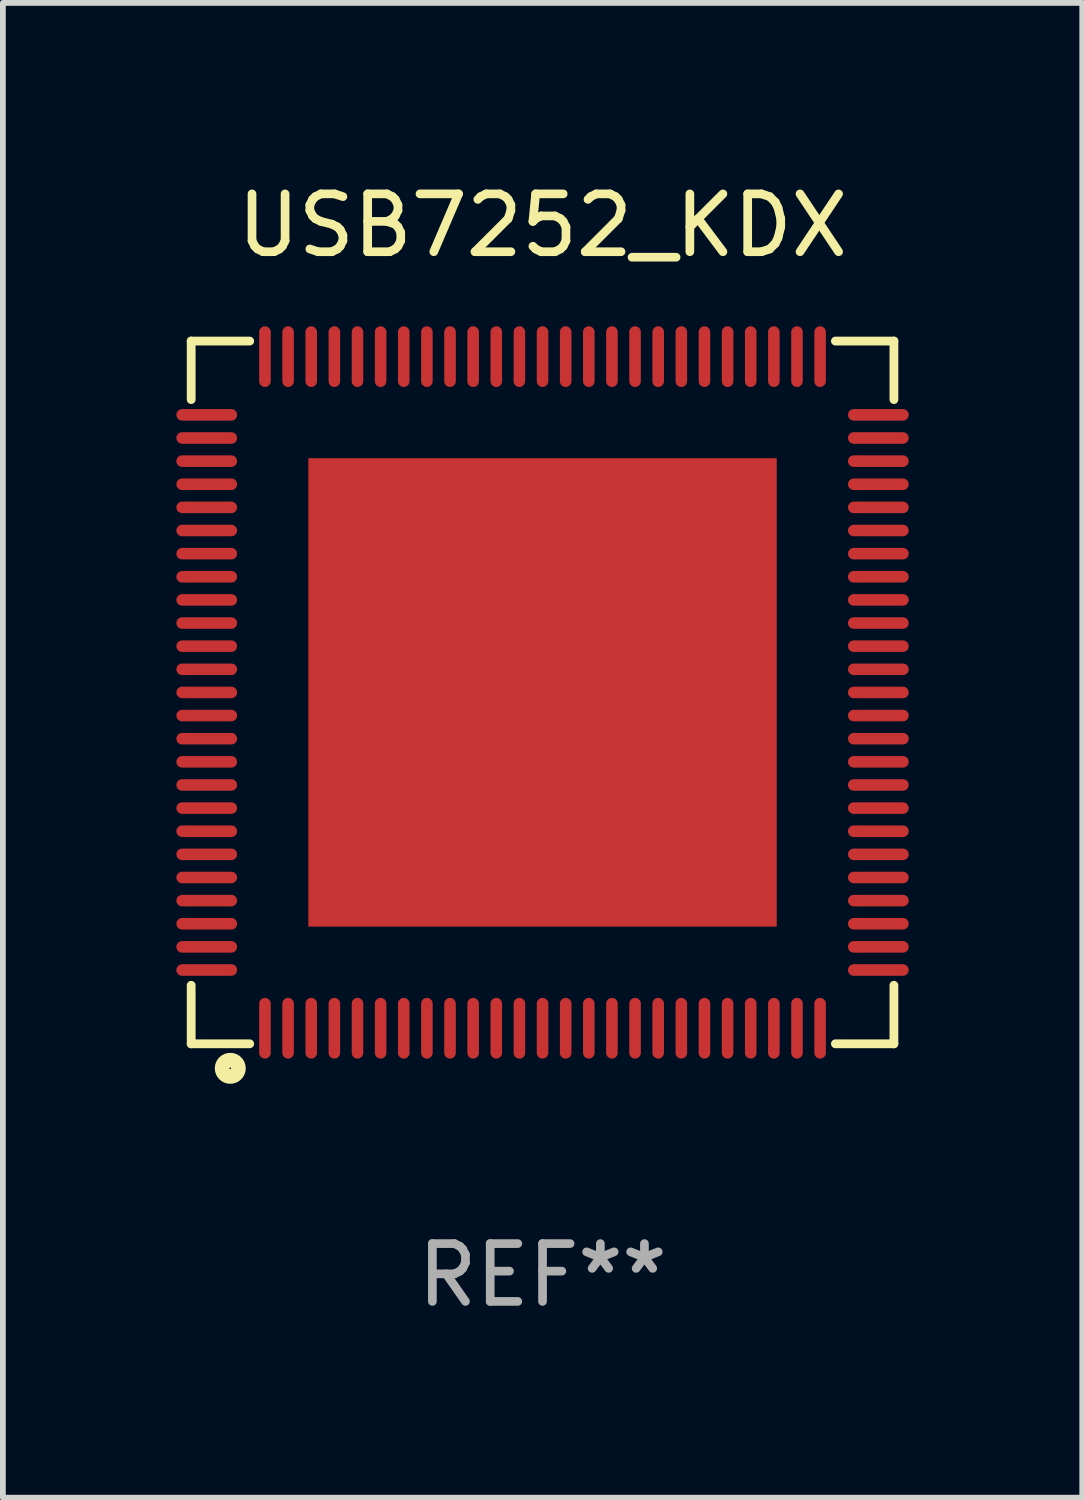
<source format=kicad_pcb>
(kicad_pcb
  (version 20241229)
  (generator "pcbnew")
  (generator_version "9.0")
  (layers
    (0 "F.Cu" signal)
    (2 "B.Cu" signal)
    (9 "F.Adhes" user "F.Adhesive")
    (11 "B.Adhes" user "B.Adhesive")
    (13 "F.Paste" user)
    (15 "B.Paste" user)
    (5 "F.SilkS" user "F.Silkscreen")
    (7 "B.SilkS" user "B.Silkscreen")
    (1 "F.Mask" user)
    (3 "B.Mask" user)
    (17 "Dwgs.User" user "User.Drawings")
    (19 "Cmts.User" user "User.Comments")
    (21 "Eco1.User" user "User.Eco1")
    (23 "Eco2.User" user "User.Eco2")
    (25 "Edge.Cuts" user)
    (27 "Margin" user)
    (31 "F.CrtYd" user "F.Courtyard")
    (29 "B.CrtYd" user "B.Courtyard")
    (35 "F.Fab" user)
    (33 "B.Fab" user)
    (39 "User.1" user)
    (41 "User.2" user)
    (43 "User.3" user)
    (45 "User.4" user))
  (footprint "USB7252_KDX"
    (layer "F.Cu")
    (at 6.332 8.924)
    (property "Reference" "USB7252_KDX" (at 0 -8.076 0) (layer "F.SilkS") (effects (font (size 1 1) (thickness 0.15))))
    (attr through_hole)
    (fp_line (start -6.076 -6.076) (end -6.076 -5.064) (stroke (width 0.152) (type solid)) (layer "F.SilkS"))
    (fp_line (start -6.076 6.076) (end -6.076 5.064) (stroke (width 0.152) (type solid)) (layer "F.SilkS"))
    (fp_line (start -5.064 -6.076) (end -6.076 -6.076) (stroke (width 0.152) (type solid)) (layer "F.SilkS"))
    (fp_line (start -5.064 6.076) (end -6.076 6.076) (stroke (width 0.152) (type solid)) (layer "F.SilkS"))
    (fp_line (start 5.064 -6.076) (end 6.076 -6.076) (stroke (width 0.152) (type solid)) (layer "F.SilkS"))
    (fp_line (start 5.064 6.076) (end 6.076 6.076) (stroke (width 0.152) (type solid)) (layer "F.SilkS"))
    (fp_line (start 6.076 -6.076) (end 6.076 -5.064) (stroke (width 0.152) (type solid)) (layer "F.SilkS"))
    (fp_line (start 6.076 6.076) (end 6.076 5.064) (stroke (width 0.152) (type solid)) (layer "F.SilkS"))
    (fp_circle (center -5.4 6.5) (end -5.259 6.5) (stroke (width 0.254) (type solid)) (fill no) (layer "F.SilkS"))
    (fp_text user "REF**" (at 0 10.076 0) (layer "F.Fab") (effects (font (size 1 1) (thickness 0.15))))
    (pad "1" smd oval (at -4.8 5.807 90) (size 1.05 0.2) (layers "F.Cu" "F.Mask" "F.Paste"))
    (pad "2" smd oval (at -4.4 5.807 90) (size 1.05 0.2) (layers "F.Cu" "F.Mask" "F.Paste"))
    (pad "3" smd oval (at -4 5.807 90) (size 1.05 0.2) (layers "F.Cu" "F.Mask" "F.Paste"))
    (pad "4" smd oval (at -3.6 5.807 90) (size 1.05 0.2) (layers "F.Cu" "F.Mask" "F.Paste"))
    (pad "5" smd oval (at -3.2 5.807 90) (size 1.05 0.2) (layers "F.Cu" "F.Mask" "F.Paste"))
    (pad "6" smd oval (at -2.8 5.807 90) (size 1.05 0.2) (layers "F.Cu" "F.Mask" "F.Paste"))
    (pad "7" smd oval (at -2.4 5.807 90) (size 1.05 0.2) (layers "F.Cu" "F.Mask" "F.Paste"))
    (pad "8" smd oval (at -2 5.807 90) (size 1.05 0.2) (layers "F.Cu" "F.Mask" "F.Paste"))
    (pad "9" smd oval (at -1.6 5.807 90) (size 1.05 0.2) (layers "F.Cu" "F.Mask" "F.Paste"))
    (pad "10" smd oval (at -1.2 5.807 90) (size 1.05 0.2) (layers "F.Cu" "F.Mask" "F.Paste"))
    (pad "11" smd oval (at -0.8 5.807 90) (size 1.05 0.2) (layers "F.Cu" "F.Mask" "F.Paste"))
    (pad "12" smd oval (at -0.4 5.807 90) (size 1.05 0.2) (layers "F.Cu" "F.Mask" "F.Paste"))
    (pad "13" smd oval (at 0 5.807 90) (size 1.05 0.2) (layers "F.Cu" "F.Mask" "F.Paste"))
    (pad "14" smd oval (at 0.4 5.807 90) (size 1.05 0.2) (layers "F.Cu" "F.Mask" "F.Paste"))
    (pad "15" smd oval (at 0.8 5.807 90) (size 1.05 0.2) (layers "F.Cu" "F.Mask" "F.Paste"))
    (pad "16" smd oval (at 1.2 5.807 90) (size 1.05 0.2) (layers "F.Cu" "F.Mask" "F.Paste"))
    (pad "17" smd oval (at 1.6 5.807 90) (size 1.05 0.2) (layers "F.Cu" "F.Mask" "F.Paste"))
    (pad "18" smd oval (at 2 5.807 90) (size 1.05 0.2) (layers "F.Cu" "F.Mask" "F.Paste"))
    (pad "19" smd oval (at 2.4 5.807 90) (size 1.05 0.2) (layers "F.Cu" "F.Mask" "F.Paste"))
    (pad "20" smd oval (at 2.8 5.807 90) (size 1.05 0.2) (layers "F.Cu" "F.Mask" "F.Paste"))
    (pad "21" smd oval (at 3.2 5.807 90) (size 1.05 0.2) (layers "F.Cu" "F.Mask" "F.Paste"))
    (pad "22" smd oval (at 3.6 5.807 90) (size 1.05 0.2) (layers "F.Cu" "F.Mask" "F.Paste"))
    (pad "23" smd oval (at 4 5.807 90) (size 1.05 0.2) (layers "F.Cu" "F.Mask" "F.Paste"))
    (pad "24" smd oval (at 4.4 5.807 90) (size 1.05 0.2) (layers "F.Cu" "F.Mask" "F.Paste"))
    (pad "25" smd oval (at 4.8 5.807 90) (size 1.05 0.2) (layers "F.Cu" "F.Mask" "F.Paste"))
    (pad "26" smd oval (at 5.807 4.8 90) (size 0.2 1.05) (layers "F.Cu" "F.Mask" "F.Paste"))
    (pad "27" smd oval (at 5.807 4.4 90) (size 0.2 1.05) (layers "F.Cu" "F.Mask" "F.Paste"))
    (pad "28" smd oval (at 5.807 4 90) (size 0.2 1.05) (layers "F.Cu" "F.Mask" "F.Paste"))
    (pad "29" smd oval (at 5.807 3.6 90) (size 0.2 1.05) (layers "F.Cu" "F.Mask" "F.Paste"))
    (pad "30" smd oval (at 5.807 3.2 90) (size 0.2 1.05) (layers "F.Cu" "F.Mask" "F.Paste"))
    (pad "31" smd oval (at 5.807 2.8 90) (size 0.2 1.05) (layers "F.Cu" "F.Mask" "F.Paste"))
    (pad "32" smd oval (at 5.807 2.4 90) (size 0.2 1.05) (layers "F.Cu" "F.Mask" "F.Paste"))
    (pad "33" smd oval (at 5.807 2 90) (size 0.2 1.05) (layers "F.Cu" "F.Mask" "F.Paste"))
    (pad "34" smd oval (at 5.807 1.6 90) (size 0.2 1.05) (layers "F.Cu" "F.Mask" "F.Paste"))
    (pad "35" smd oval (at 5.807 1.2 90) (size 0.2 1.05) (layers "F.Cu" "F.Mask" "F.Paste"))
    (pad "36" smd oval (at 5.807 0.8 90) (size 0.2 1.05) (layers "F.Cu" "F.Mask" "F.Paste"))
    (pad "37" smd oval (at 5.807 0.4 90) (size 0.2 1.05) (layers "F.Cu" "F.Mask" "F.Paste"))
    (pad "38" smd oval (at 5.807 0 90) (size 0.2 1.05) (layers "F.Cu" "F.Mask" "F.Paste"))
    (pad "39" smd oval (at 5.807 -0.4 90) (size 0.2 1.05) (layers "F.Cu" "F.Mask" "F.Paste"))
    (pad "40" smd oval (at 5.807 -0.8 90) (size 0.2 1.05) (layers "F.Cu" "F.Mask" "F.Paste"))
    (pad "41" smd oval (at 5.807 -1.2 90) (size 0.2 1.05) (layers "F.Cu" "F.Mask" "F.Paste"))
    (pad "42" smd oval (at 5.807 -1.6 90) (size 0.2 1.05) (layers "F.Cu" "F.Mask" "F.Paste"))
    (pad "43" smd oval (at 5.807 -2 90) (size 0.2 1.05) (layers "F.Cu" "F.Mask" "F.Paste"))
    (pad "44" smd oval (at 5.807 -2.4 90) (size 0.2 1.05) (layers "F.Cu" "F.Mask" "F.Paste"))
    (pad "45" smd oval (at 5.807 -2.8 90) (size 0.2 1.05) (layers "F.Cu" "F.Mask" "F.Paste"))
    (pad "46" smd oval (at 5.807 -3.2 90) (size 0.2 1.05) (layers "F.Cu" "F.Mask" "F.Paste"))
    (pad "47" smd oval (at 5.807 -3.6 90) (size 0.2 1.05) (layers "F.Cu" "F.Mask" "F.Paste"))
    (pad "48" smd oval (at 5.807 -4 90) (size 0.2 1.05) (layers "F.Cu" "F.Mask" "F.Paste"))
    (pad "49" smd oval (at 5.807 -4.4 90) (size 0.2 1.05) (layers "F.Cu" "F.Mask" "F.Paste"))
    (pad "50" smd oval (at 5.807 -4.8 90) (size 0.2 1.05) (layers "F.Cu" "F.Mask" "F.Paste"))
    (pad "51" smd oval (at 4.8 -5.807 90) (size 1.05 0.2) (layers "F.Cu" "F.Mask" "F.Paste"))
    (pad "52" smd oval (at 4.4 -5.807 90) (size 1.05 0.2) (layers "F.Cu" "F.Mask" "F.Paste"))
    (pad "53" smd oval (at 4 -5.807 90) (size 1.05 0.2) (layers "F.Cu" "F.Mask" "F.Paste"))
    (pad "54" smd oval (at 3.6 -5.807 90) (size 1.05 0.2) (layers "F.Cu" "F.Mask" "F.Paste"))
    (pad "55" smd oval (at 3.2 -5.807 90) (size 1.05 0.2) (layers "F.Cu" "F.Mask" "F.Paste"))
    (pad "56" smd oval (at 2.8 -5.807 90) (size 1.05 0.2) (layers "F.Cu" "F.Mask" "F.Paste"))
    (pad "57" smd oval (at 2.4 -5.807 90) (size 1.05 0.2) (layers "F.Cu" "F.Mask" "F.Paste"))
    (pad "58" smd oval (at 2 -5.807 90) (size 1.05 0.2) (layers "F.Cu" "F.Mask" "F.Paste"))
    (pad "59" smd oval (at 1.6 -5.807 90) (size 1.05 0.2) (layers "F.Cu" "F.Mask" "F.Paste"))
    (pad "60" smd oval (at 1.2 -5.807 90) (size 1.05 0.2) (layers "F.Cu" "F.Mask" "F.Paste"))
    (pad "61" smd oval (at 0.8 -5.807 90) (size 1.05 0.2) (layers "F.Cu" "F.Mask" "F.Paste"))
    (pad "62" smd oval (at 0.4 -5.807 90) (size 1.05 0.2) (layers "F.Cu" "F.Mask" "F.Paste"))
    (pad "63" smd oval (at 0 -5.807 90) (size 1.05 0.2) (layers "F.Cu" "F.Mask" "F.Paste"))
    (pad "64" smd oval (at -0.4 -5.807 90) (size 1.05 0.2) (layers "F.Cu" "F.Mask" "F.Paste"))
    (pad "65" smd oval (at -0.8 -5.807 90) (size 1.05 0.2) (layers "F.Cu" "F.Mask" "F.Paste"))
    (pad "66" smd oval (at -1.2 -5.807 90) (size 1.05 0.2) (layers "F.Cu" "F.Mask" "F.Paste"))
    (pad "67" smd oval (at -1.6 -5.807 90) (size 1.05 0.2) (layers "F.Cu" "F.Mask" "F.Paste"))
    (pad "68" smd oval (at -2 -5.807 90) (size 1.05 0.2) (layers "F.Cu" "F.Mask" "F.Paste"))
    (pad "69" smd oval (at -2.4 -5.807 90) (size 1.05 0.2) (layers "F.Cu" "F.Mask" "F.Paste"))
    (pad "70" smd oval (at -2.8 -5.807 90) (size 1.05 0.2) (layers "F.Cu" "F.Mask" "F.Paste"))
    (pad "71" smd oval (at -3.2 -5.807 90) (size 1.05 0.2) (layers "F.Cu" "F.Mask" "F.Paste"))
    (pad "72" smd oval (at -3.6 -5.807 90) (size 1.05 0.2) (layers "F.Cu" "F.Mask" "F.Paste"))
    (pad "73" smd oval (at -4 -5.807 90) (size 1.05 0.2) (layers "F.Cu" "F.Mask" "F.Paste"))
    (pad "74" smd oval (at -4.4 -5.807 90) (size 1.05 0.2) (layers "F.Cu" "F.Mask" "F.Paste"))
    (pad "75" smd oval (at -4.8 -5.807 90) (size 1.05 0.2) (layers "F.Cu" "F.Mask" "F.Paste"))
    (pad "76" smd oval (at -5.807 -4.8 90) (size 0.2 1.05) (layers "F.Cu" "F.Mask" "F.Paste"))
    (pad "77" smd oval (at -5.807 -4.4 90) (size 0.2 1.05) (layers "F.Cu" "F.Mask" "F.Paste"))
    (pad "78" smd oval (at -5.807 -4 90) (size 0.2 1.05) (layers "F.Cu" "F.Mask" "F.Paste"))
    (pad "79" smd oval (at -5.807 -3.6 90) (size 0.2 1.05) (layers "F.Cu" "F.Mask" "F.Paste"))
    (pad "80" smd oval (at -5.807 -3.2 90) (size 0.2 1.05) (layers "F.Cu" "F.Mask" "F.Paste"))
    (pad "81" smd oval (at -5.807 -2.8 90) (size 0.2 1.05) (layers "F.Cu" "F.Mask" "F.Paste"))
    (pad "82" smd oval (at -5.807 -2.4 90) (size 0.2 1.05) (layers "F.Cu" "F.Mask" "F.Paste"))
    (pad "83" smd oval (at -5.807 -2 90) (size 0.2 1.05) (layers "F.Cu" "F.Mask" "F.Paste"))
    (pad "84" smd oval (at -5.807 -1.6 90) (size 0.2 1.05) (layers "F.Cu" "F.Mask" "F.Paste"))
    (pad "85" smd oval (at -5.807 -1.2 90) (size 0.2 1.05) (layers "F.Cu" "F.Mask" "F.Paste"))
    (pad "86" smd oval (at -5.807 -0.8 90) (size 0.2 1.05) (layers "F.Cu" "F.Mask" "F.Paste"))
    (pad "87" smd oval (at -5.807 -0.4 90) (size 0.2 1.05) (layers "F.Cu" "F.Mask" "F.Paste"))
    (pad "88" smd oval (at -5.807 0 90) (size 0.2 1.05) (layers "F.Cu" "F.Mask" "F.Paste"))
    (pad "89" smd oval (at -5.807 0.4 90) (size 0.2 1.05) (layers "F.Cu" "F.Mask" "F.Paste"))
    (pad "90" smd oval (at -5.807 0.8 90) (size 0.2 1.05) (layers "F.Cu" "F.Mask" "F.Paste"))
    (pad "91" smd oval (at -5.807 1.2 90) (size 0.2 1.05) (layers "F.Cu" "F.Mask" "F.Paste"))
    (pad "92" smd oval (at -5.807 1.6 90) (size 0.2 1.05) (layers "F.Cu" "F.Mask" "F.Paste"))
    (pad "93" smd oval (at -5.807 2 90) (size 0.2 1.05) (layers "F.Cu" "F.Mask" "F.Paste"))
    (pad "94" smd oval (at -5.807 2.4 90) (size 0.2 1.05) (layers "F.Cu" "F.Mask" "F.Paste"))
    (pad "95" smd oval (at -5.807 2.8 90) (size 0.2 1.05) (layers "F.Cu" "F.Mask" "F.Paste"))
    (pad "96" smd oval (at -5.807 3.2 90) (size 0.2 1.05) (layers "F.Cu" "F.Mask" "F.Paste"))
    (pad "97" smd oval (at -5.807 3.6 90) (size 0.2 1.05) (layers "F.Cu" "F.Mask" "F.Paste"))
    (pad "98" smd oval (at -5.807 4 90) (size 0.2 1.05) (layers "F.Cu" "F.Mask" "F.Paste"))
    (pad "99" smd oval (at -5.807 4.4 90) (size 0.2 1.05) (layers "F.Cu" "F.Mask" "F.Paste"))
    (pad "100" smd oval (at -5.807 4.8 90) (size 0.2 1.05) (layers "F.Cu" "F.Mask" "F.Paste"))
    (pad "101" smd rect (at 0 0 90) (size 8.1 8.1) (layers "F.Cu" "F.Mask" "F.Paste")))
  (gr_rect
    (start -3 -3)
    (end 15.665 22.849)
    (stroke (width 0.1) (type default))
    (fill no)
    (layer "Edge.Cuts")))
</source>
